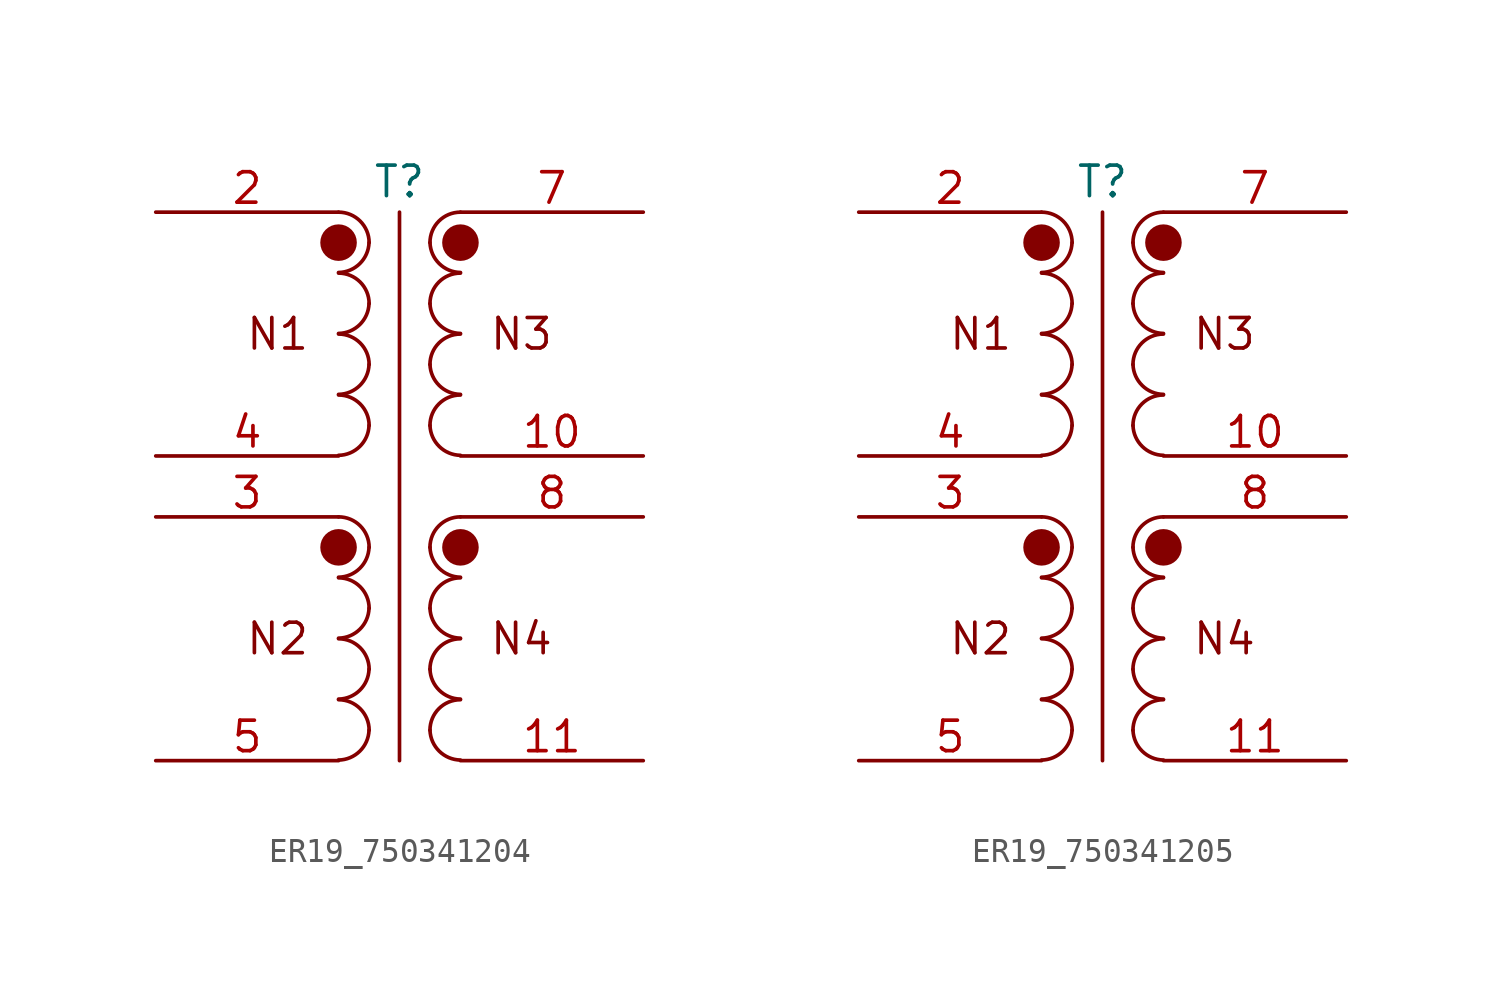
<source format=kicad_sym>
(kicad_symbol_lib
  (version 20220914)
  (generator kicad_symbol_editor)
  (symbol "ER19_750341204"
    (pin_names hide)
    (property "Reference" "T"
      (at 0 12.7 0)
      (effects (font (size 1.27 1.27))))
    (property "Critical Parameter" ""
      (at 0 -5.08 0)
      (effects (font (size 1.27 1.27))))
    (symbol "ER19_750341204_0_1"
      (arc (start -2.54 -11.4046) (mid -1.6561 -11.0363) (end -1.27 -10.16) (stroke (width 0) (type default)) (fill (type none)))
      (arc (start -2.54 -8.8646) (mid -1.6561 -8.4963) (end -1.27 -7.62) (stroke (width 0) (type default)) (fill (type none)))
      (arc (start -2.54 -6.3246) (mid -1.6561 -5.9563) (end -1.27 -5.08) (stroke (width 0) (type default)) (fill (type none)))
      (arc (start -2.54 -3.7846) (mid -1.6561 -3.4163) (end -1.27 -2.54) (stroke (width 0) (type default)) (fill (type none)))
      (arc (start -2.54 1.2954) (mid -1.6561 1.6637) (end -1.27 2.54) (stroke (width 0) (type default)) (fill (type none)))
      (arc (start -2.54 3.8354) (mid -1.6561 4.2037) (end -1.27 5.08) (stroke (width 0) (type default)) (fill (type none)))
      (arc (start -2.54 6.3754) (mid -1.6561 6.7437) (end -1.27 7.62) (stroke (width 0) (type default)) (fill (type none)))
      (arc (start -2.54 8.9154) (mid -1.6561 9.2837) (end -1.27 10.16) (stroke (width 0) (type default)) (fill (type none)))
      (arc (start -1.27 -10.16) (mid -1.642 -9.262) (end -2.54 -8.89) (stroke (width 0) (type default)) (fill (type none)))
      (arc (start -1.27 -7.62) (mid -1.642 -6.722) (end -2.54 -6.35) (stroke (width 0) (type default)) (fill (type none)))
      (arc (start -1.27 -5.08) (mid -1.642 -4.182) (end -2.54 -3.81) (stroke (width 0) (type default)) (fill (type none)))
      (arc (start -1.27 -2.54) (mid -1.642 -1.642) (end -2.54 -1.27) (stroke (width 0) (type default)) (fill (type none)))
      (arc (start -1.27 2.54) (mid -1.642 3.438) (end -2.54 3.81) (stroke (width 0) (type default)) (fill (type none)))
      (arc (start -1.27 5.08) (mid -1.642 5.978) (end -2.54 6.35) (stroke (width 0) (type default)) (fill (type none)))
      (arc (start -1.27 7.62) (mid -1.642 8.518) (end -2.54 8.89) (stroke (width 0) (type default)) (fill (type none)))
      (arc (start -1.27 10.16) (mid -1.642 11.058) (end -2.54 11.43) (stroke (width 0) (type default)) (fill (type none)))
      (polyline (pts (xy 0 -11.43) (xy 0 11.43)) (stroke (width 0) (type default)) (fill (type none)))
      (arc (start 1.27 -10.16) (mid 1.6561 -11.0363) (end 2.54 -11.4046) (stroke (width 0) (type default)) (fill (type none)))
      (arc (start 1.27 -7.62) (mid 1.6561 -8.4963) (end 2.54 -8.8646) (stroke (width 0) (type default)) (fill (type none)))
      (arc (start 1.27 -5.08) (mid 1.6561 -5.9563) (end 2.54 -6.3246) (stroke (width 0) (type default)) (fill (type none)))
      (arc (start 1.27 -2.54) (mid 1.6561 -3.4163) (end 2.54 -3.7846) (stroke (width 0) (type default)) (fill (type none)))
      (arc (start 1.27 2.54) (mid 1.6561 1.6637) (end 2.54 1.2954) (stroke (width 0) (type default)) (fill (type none)))
      (arc (start 1.27 5.08) (mid 1.6561 4.2037) (end 2.54 3.8354) (stroke (width 0) (type default)) (fill (type none)))
      (arc (start 1.27 7.62) (mid 1.6561 6.7437) (end 2.54 6.3754) (stroke (width 0) (type default)) (fill (type none)))
      (arc (start 1.27 10.16) (mid 1.6561 9.2837) (end 2.54 8.9154) (stroke (width 0) (type default)) (fill (type none)))
      (arc (start 2.54 -8.89) (mid 1.642 -9.262) (end 1.27 -10.16) (stroke (width 0) (type default)) (fill (type none)))
      (arc (start 2.54 -6.35) (mid 1.642 -6.722) (end 1.27 -7.62) (stroke (width 0) (type default)) (fill (type none)))
      (arc (start 2.54 -3.81) (mid 1.642 -4.182) (end 1.27 -5.08) (stroke (width 0) (type default)) (fill (type none)))
      (arc (start 2.54 -1.27) (mid 1.642 -1.642) (end 1.27 -2.54) (stroke (width 0) (type default)) (fill (type none)))
      (arc (start 2.54 3.81) (mid 1.642 3.438) (end 1.27 2.54) (stroke (width 0) (type default)) (fill (type none)))
      (arc (start 2.54 6.35) (mid 1.642 5.978) (end 1.27 5.08) (stroke (width 0) (type default)) (fill (type none)))
      (arc (start 2.54 8.89) (mid 1.642 8.518) (end 1.27 7.62) (stroke (width 0) (type default)) (fill (type none)))
      (arc (start 2.54 11.43) (mid 1.642 11.058) (end 1.27 10.16) (stroke (width 0) (type default)) (fill (type none))))
    (symbol "ER19_750341204_1_1"
      (circle (center -2.54 -2.54) (radius 0.0001) (stroke (width 0.762) (type default)) (fill (type none)))
      (circle (center -2.54 10.16) (radius 0.0001) (stroke (width 0.762) (type default)) (fill (type none)))
      (circle (center 2.54 -2.54) (radius 0.0001) (stroke (width 0.762) (type default)) (fill (type none)))
      (circle (center 2.54 10.16) (radius 0.0001) (stroke (width 0.762) (type default)) (fill (type none)))
      (text "N1" (at -5.08 6.35 0) (effects (font (size 1.27 1.27))))
      (text "N2" (at -5.08 -6.35 0) (effects (font (size 1.27 1.27))))
      (text "N3" (at 5.08 6.35 0) (effects (font (size 1.27 1.27))))
      (text "N4" (at 5.08 -6.35 0) (effects (font (size 1.27 1.27))))
      (pin passive line (at 10.16 1.27 180) (length 7.62) (name "10" (effects (font (size 1.27 1.27)))) (number "10" (effects (font (size 1.27 1.27)))))
      (pin passive line (at 10.16 -11.43 180) (length 7.62) (name "11" (effects (font (size 1.27 1.27)))) (number "11" (effects (font (size 1.27 1.27)))))
      (pin passive line (at -10.16 11.43 0) (length 7.62) (name "2" (effects (font (size 1.27 1.27)))) (number "2" (effects (font (size 1.27 1.27)))))
      (pin passive line (at -10.16 -1.27 0) (length 7.62) (name "3" (effects (font (size 1.27 1.27)))) (number "3" (effects (font (size 1.27 1.27)))))
      (pin passive line (at -10.16 1.27 0) (length 7.62) (name "4" (effects (font (size 1.27 1.27)))) (number "4" (effects (font (size 1.27 1.27)))))
      (pin passive line (at -10.16 -11.43 0) (length 7.62) (name "5" (effects (font (size 1.27 1.27)))) (number "5" (effects (font (size 1.27 1.27)))))
      (pin passive line (at 10.16 11.43 180) (length 7.62) (name "7" (effects (font (size 1.27 1.27)))) (number "7" (effects (font (size 1.27 1.27)))))
      (pin passive line (at 10.16 -1.27 180) (length 7.62) (name "8" (effects (font (size 1.27 1.27)))) (number "8" (effects (font (size 1.27 1.27)))))))
  (symbol "ER19_750341205"
    (pin_names hide)
    (property "Reference" "T"
      (at 0 12.7 0)
      (effects (font (size 1.27 1.27))))
    (property "Critical Parameter" ""
      (at 0 -5.08 0)
      (effects (font (size 1.27 1.27))))
    (symbol "ER19_750341205_0_1"
      (arc (start -2.54 -11.4046) (mid -1.6561 -11.0363) (end -1.27 -10.16) (stroke (width 0) (type default)) (fill (type none)))
      (arc (start -2.54 -8.8646) (mid -1.6561 -8.4963) (end -1.27 -7.62) (stroke (width 0) (type default)) (fill (type none)))
      (arc (start -2.54 -6.3246) (mid -1.6561 -5.9563) (end -1.27 -5.08) (stroke (width 0) (type default)) (fill (type none)))
      (arc (start -2.54 -3.7846) (mid -1.6561 -3.4163) (end -1.27 -2.54) (stroke (width 0) (type default)) (fill (type none)))
      (arc (start -2.54 1.2954) (mid -1.6561 1.6637) (end -1.27 2.54) (stroke (width 0) (type default)) (fill (type none)))
      (arc (start -2.54 3.8354) (mid -1.6561 4.2037) (end -1.27 5.08) (stroke (width 0) (type default)) (fill (type none)))
      (arc (start -2.54 6.3754) (mid -1.6561 6.7437) (end -1.27 7.62) (stroke (width 0) (type default)) (fill (type none)))
      (arc (start -2.54 8.9154) (mid -1.6561 9.2837) (end -1.27 10.16) (stroke (width 0) (type default)) (fill (type none)))
      (arc (start -1.27 -10.16) (mid -1.642 -9.262) (end -2.54 -8.89) (stroke (width 0) (type default)) (fill (type none)))
      (arc (start -1.27 -7.62) (mid -1.642 -6.722) (end -2.54 -6.35) (stroke (width 0) (type default)) (fill (type none)))
      (arc (start -1.27 -5.08) (mid -1.642 -4.182) (end -2.54 -3.81) (stroke (width 0) (type default)) (fill (type none)))
      (arc (start -1.27 -2.54) (mid -1.642 -1.642) (end -2.54 -1.27) (stroke (width 0) (type default)) (fill (type none)))
      (arc (start -1.27 2.54) (mid -1.642 3.438) (end -2.54 3.81) (stroke (width 0) (type default)) (fill (type none)))
      (arc (start -1.27 5.08) (mid -1.642 5.978) (end -2.54 6.35) (stroke (width 0) (type default)) (fill (type none)))
      (arc (start -1.27 7.62) (mid -1.642 8.518) (end -2.54 8.89) (stroke (width 0) (type default)) (fill (type none)))
      (arc (start -1.27 10.16) (mid -1.642 11.058) (end -2.54 11.43) (stroke (width 0) (type default)) (fill (type none)))
      (polyline (pts (xy 0 -11.43) (xy 0 11.43)) (stroke (width 0) (type default)) (fill (type none)))
      (arc (start 1.27 -10.16) (mid 1.6561 -11.0363) (end 2.54 -11.4046) (stroke (width 0) (type default)) (fill (type none)))
      (arc (start 1.27 -7.62) (mid 1.6561 -8.4963) (end 2.54 -8.8646) (stroke (width 0) (type default)) (fill (type none)))
      (arc (start 1.27 -5.08) (mid 1.6561 -5.9563) (end 2.54 -6.3246) (stroke (width 0) (type default)) (fill (type none)))
      (arc (start 1.27 -2.54) (mid 1.6561 -3.4163) (end 2.54 -3.7846) (stroke (width 0) (type default)) (fill (type none)))
      (arc (start 1.27 2.54) (mid 1.6561 1.6637) (end 2.54 1.2954) (stroke (width 0) (type default)) (fill (type none)))
      (arc (start 1.27 5.08) (mid 1.6561 4.2037) (end 2.54 3.8354) (stroke (width 0) (type default)) (fill (type none)))
      (arc (start 1.27 7.62) (mid 1.6561 6.7437) (end 2.54 6.3754) (stroke (width 0) (type default)) (fill (type none)))
      (arc (start 1.27 10.16) (mid 1.6561 9.2837) (end 2.54 8.9154) (stroke (width 0) (type default)) (fill (type none)))
      (arc (start 2.54 -8.89) (mid 1.642 -9.262) (end 1.27 -10.16) (stroke (width 0) (type default)) (fill (type none)))
      (arc (start 2.54 -6.35) (mid 1.642 -6.722) (end 1.27 -7.62) (stroke (width 0) (type default)) (fill (type none)))
      (arc (start 2.54 -3.81) (mid 1.642 -4.182) (end 1.27 -5.08) (stroke (width 0) (type default)) (fill (type none)))
      (arc (start 2.54 -1.27) (mid 1.642 -1.642) (end 1.27 -2.54) (stroke (width 0) (type default)) (fill (type none)))
      (arc (start 2.54 3.81) (mid 1.642 3.438) (end 1.27 2.54) (stroke (width 0) (type default)) (fill (type none)))
      (arc (start 2.54 6.35) (mid 1.642 5.978) (end 1.27 5.08) (stroke (width 0) (type default)) (fill (type none)))
      (arc (start 2.54 8.89) (mid 1.642 8.518) (end 1.27 7.62) (stroke (width 0) (type default)) (fill (type none)))
      (arc (start 2.54 11.43) (mid 1.642 11.058) (end 1.27 10.16) (stroke (width 0) (type default)) (fill (type none))))
    (symbol "ER19_750341205_1_1"
      (circle (center -2.54 -2.54) (radius 0.0001) (stroke (width 0.762) (type default)) (fill (type none)))
      (circle (center -2.54 10.16) (radius 0.0001) (stroke (width 0.762) (type default)) (fill (type none)))
      (circle (center 2.54 -2.54) (radius 0.0001) (stroke (width 0.762) (type default)) (fill (type none)))
      (circle (center 2.54 10.16) (radius 0.0001) (stroke (width 0.762) (type default)) (fill (type none)))
      (text "N1" (at -5.08 6.35 0) (effects (font (size 1.27 1.27))))
      (text "N2" (at -5.08 -6.35 0) (effects (font (size 1.27 1.27))))
      (text "N3" (at 5.08 6.35 0) (effects (font (size 1.27 1.27))))
      (text "N4" (at 5.08 -6.35 0) (effects (font (size 1.27 1.27))))
      (pin passive line (at 10.16 1.27 180) (length 7.62) (name "10" (effects (font (size 1.27 1.27)))) (number "10" (effects (font (size 1.27 1.27)))))
      (pin passive line (at 10.16 -11.43 180) (length 7.62) (name "11" (effects (font (size 1.27 1.27)))) (number "11" (effects (font (size 1.27 1.27)))))
      (pin passive line (at -10.16 11.43 0) (length 7.62) (name "2" (effects (font (size 1.27 1.27)))) (number "2" (effects (font (size 1.27 1.27)))))
      (pin passive line (at -10.16 -1.27 0) (length 7.62) (name "3" (effects (font (size 1.27 1.27)))) (number "3" (effects (font (size 1.27 1.27)))))
      (pin passive line (at -10.16 1.27 0) (length 7.62) (name "4" (effects (font (size 1.27 1.27)))) (number "4" (effects (font (size 1.27 1.27)))))
      (pin passive line (at -10.16 -11.43 0) (length 7.62) (name "5" (effects (font (size 1.27 1.27)))) (number "5" (effects (font (size 1.27 1.27)))))
      (pin passive line (at 10.16 11.43 180) (length 7.62) (name "7" (effects (font (size 1.27 1.27)))) (number "7" (effects (font (size 1.27 1.27)))))
      (pin passive line (at 10.16 -1.27 180) (length 7.62) (name "8" (effects (font (size 1.27 1.27)))) (number "8" (effects (font (size 1.27 1.27))))))))
</source>
